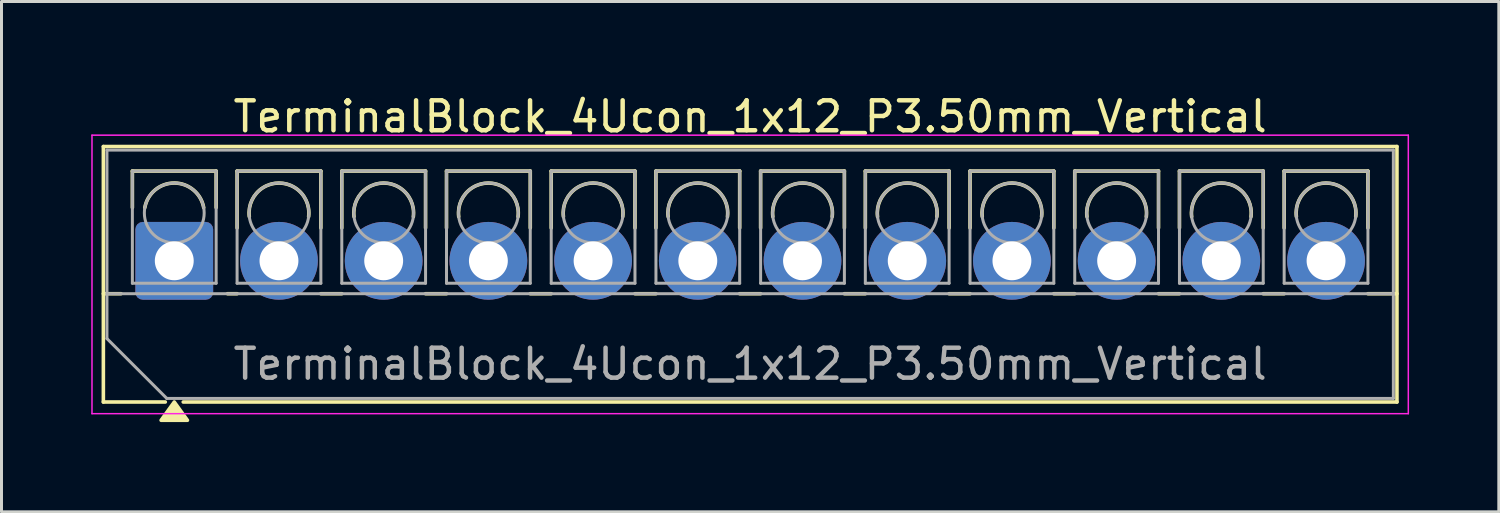
<source format=kicad_pcb>
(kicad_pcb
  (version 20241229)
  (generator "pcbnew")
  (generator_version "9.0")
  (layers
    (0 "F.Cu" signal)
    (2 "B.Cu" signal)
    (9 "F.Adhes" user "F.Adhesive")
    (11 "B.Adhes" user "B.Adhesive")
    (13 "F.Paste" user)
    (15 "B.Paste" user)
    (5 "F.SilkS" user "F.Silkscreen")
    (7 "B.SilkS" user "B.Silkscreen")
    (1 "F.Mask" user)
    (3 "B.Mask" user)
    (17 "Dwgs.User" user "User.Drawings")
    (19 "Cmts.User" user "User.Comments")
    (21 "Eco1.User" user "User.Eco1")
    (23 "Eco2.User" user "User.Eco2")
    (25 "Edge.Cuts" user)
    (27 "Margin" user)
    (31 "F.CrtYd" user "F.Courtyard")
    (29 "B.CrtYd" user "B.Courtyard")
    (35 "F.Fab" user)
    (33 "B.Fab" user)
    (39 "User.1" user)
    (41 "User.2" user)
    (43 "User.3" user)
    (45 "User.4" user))
  (footprint "TerminalBlock_4Ucon_1x12_P3.50mm_Vertical"
    (layer "F.Cu")
    (at 2.775 5.668)
    (property "Reference" "TerminalBlock_4Ucon_1x12_P3.50mm_Vertical" (at 19.25 -4.82 0) (layer "F.SilkS") (effects (font (size 1 1) (thickness 0.15))))
    (attr through_hole)
    (fp_line (start -2.37 -3.82) (end -2.37 4.72) (stroke (width 0.12) (type solid)) (layer "F.SilkS"))
    (fp_line (start -2.37 -3.82) (end 40.87 -3.82) (stroke (width 0.12) (type solid)) (layer "F.SilkS"))
    (fp_line (start -2.37 1.1) (end -1.78 1.1) (stroke (width 0.12) (type solid)) (layer "F.SilkS"))
    (fp_line (start -2.37 4.72) (end -0.3 4.72) (stroke (width 0.12) (type solid)) (layer "F.SilkS"))
    (fp_line (start -1.4 -3) (end -1.4 -1.78) (stroke (width 0.12) (type solid)) (layer "F.SilkS"))
    (fp_line (start -1.4 -3) (end 1.4 -3) (stroke (width 0.12) (type solid)) (layer "F.SilkS"))
    (fp_line (start 0.3 4.72) (end 40.87 4.72) (stroke (width 0.12) (type solid)) (layer "F.SilkS"))
    (fp_line (start 1.4 -3) (end 1.4 -1.78) (stroke (width 0.12) (type solid)) (layer "F.SilkS"))
    (fp_line (start 1.78 1.1) (end 2.101 1.1) (stroke (width 0.12) (type solid)) (layer "F.SilkS"))
    (fp_line (start 2.1 -3) (end 2.1 -1.099) (stroke (width 0.12) (type solid)) (layer "F.SilkS"))
    (fp_line (start 2.1 -3) (end 4.9 -3) (stroke (width 0.12) (type solid)) (layer "F.SilkS"))
    (fp_line (start 4.899 1.1) (end 5.601 1.1) (stroke (width 0.12) (type solid)) (layer "F.SilkS"))
    (fp_line (start 4.9 -3) (end 4.9 -1.099) (stroke (width 0.12) (type solid)) (layer "F.SilkS"))
    (fp_line (start 5.6 -3) (end 5.6 -1.099) (stroke (width 0.12) (type solid)) (layer "F.SilkS"))
    (fp_line (start 5.6 -3) (end 8.4 -3) (stroke (width 0.12) (type solid)) (layer "F.SilkS"))
    (fp_line (start 8.399 1.1) (end 9.101 1.1) (stroke (width 0.12) (type solid)) (layer "F.SilkS"))
    (fp_line (start 8.4 -3) (end 8.4 -1.099) (stroke (width 0.12) (type solid)) (layer "F.SilkS"))
    (fp_line (start 9.1 -3) (end 9.1 -1.099) (stroke (width 0.12) (type solid)) (layer "F.SilkS"))
    (fp_line (start 9.1 -3) (end 11.9 -3) (stroke (width 0.12) (type solid)) (layer "F.SilkS"))
    (fp_line (start 11.899 1.1) (end 12.601 1.1) (stroke (width 0.12) (type solid)) (layer "F.SilkS"))
    (fp_line (start 11.9 -3) (end 11.9 -1.099) (stroke (width 0.12) (type solid)) (layer "F.SilkS"))
    (fp_line (start 12.6 -3) (end 12.6 -1.099) (stroke (width 0.12) (type solid)) (layer "F.SilkS"))
    (fp_line (start 12.6 -3) (end 15.4 -3) (stroke (width 0.12) (type solid)) (layer "F.SilkS"))
    (fp_line (start 15.399 1.1) (end 16.101 1.1) (stroke (width 0.12) (type solid)) (layer "F.SilkS"))
    (fp_line (start 15.4 -3) (end 15.4 -1.099) (stroke (width 0.12) (type solid)) (layer "F.SilkS"))
    (fp_line (start 16.1 -3) (end 16.1 -1.099) (stroke (width 0.12) (type solid)) (layer "F.SilkS"))
    (fp_line (start 16.1 -3) (end 18.9 -3) (stroke (width 0.12) (type solid)) (layer "F.SilkS"))
    (fp_line (start 18.899 1.1) (end 19.601 1.1) (stroke (width 0.12) (type solid)) (layer "F.SilkS"))
    (fp_line (start 18.9 -3) (end 18.9 -1.099) (stroke (width 0.12) (type solid)) (layer "F.SilkS"))
    (fp_line (start 19.6 -3) (end 19.6 -1.099) (stroke (width 0.12) (type solid)) (layer "F.SilkS"))
    (fp_line (start 19.6 -3) (end 22.4 -3) (stroke (width 0.12) (type solid)) (layer "F.SilkS"))
    (fp_line (start 22.399 1.1) (end 23.101 1.1) (stroke (width 0.12) (type solid)) (layer "F.SilkS"))
    (fp_line (start 22.4 -3) (end 22.4 -1.099) (stroke (width 0.12) (type solid)) (layer "F.SilkS"))
    (fp_line (start 23.1 -3) (end 23.1 -1.099) (stroke (width 0.12) (type solid)) (layer "F.SilkS"))
    (fp_line (start 23.1 -3) (end 25.9 -3) (stroke (width 0.12) (type solid)) (layer "F.SilkS"))
    (fp_line (start 25.899 1.1) (end 26.601 1.1) (stroke (width 0.12) (type solid)) (layer "F.SilkS"))
    (fp_line (start 25.9 -3) (end 25.9 -1.099) (stroke (width 0.12) (type solid)) (layer "F.SilkS"))
    (fp_line (start 26.6 -3) (end 26.6 -1.099) (stroke (width 0.12) (type solid)) (layer "F.SilkS"))
    (fp_line (start 26.6 -3) (end 29.4 -3) (stroke (width 0.12) (type solid)) (layer "F.SilkS"))
    (fp_line (start 29.399 1.1) (end 30.101 1.1) (stroke (width 0.12) (type solid)) (layer "F.SilkS"))
    (fp_line (start 29.4 -3) (end 29.4 -1.099) (stroke (width 0.12) (type solid)) (layer "F.SilkS"))
    (fp_line (start 30.1 -3) (end 30.1 -1.099) (stroke (width 0.12) (type solid)) (layer "F.SilkS"))
    (fp_line (start 30.1 -3) (end 32.9 -3) (stroke (width 0.12) (type solid)) (layer "F.SilkS"))
    (fp_line (start 32.899 1.1) (end 33.601 1.1) (stroke (width 0.12) (type solid)) (layer "F.SilkS"))
    (fp_line (start 32.9 -3) (end 32.9 -1.099) (stroke (width 0.12) (type solid)) (layer "F.SilkS"))
    (fp_line (start 33.6 -3) (end 33.6 -1.099) (stroke (width 0.12) (type solid)) (layer "F.SilkS"))
    (fp_line (start 33.6 -3) (end 36.4 -3) (stroke (width 0.12) (type solid)) (layer "F.SilkS"))
    (fp_line (start 36.399 1.1) (end 37.101 1.1) (stroke (width 0.12) (type solid)) (layer "F.SilkS"))
    (fp_line (start 36.4 -3) (end 36.4 -1.099) (stroke (width 0.12) (type solid)) (layer "F.SilkS"))
    (fp_line (start 37.1 -3) (end 37.1 -1.099) (stroke (width 0.12) (type solid)) (layer "F.SilkS"))
    (fp_line (start 37.1 -3) (end 39.9 -3) (stroke (width 0.12) (type solid)) (layer "F.SilkS"))
    (fp_line (start 39.899 1.1) (end 40.87 1.1) (stroke (width 0.12) (type solid)) (layer "F.SilkS"))
    (fp_line (start 39.9 -3) (end 39.9 -1.099) (stroke (width 0.12) (type solid)) (layer "F.SilkS"))
    (fp_line (start 40.87 -3.82) (end 40.87 4.72) (stroke (width 0.12) (type solid)) (layer "F.SilkS"))
    (fp_arc (start -0.984 -1.78) (mid -0.00006 -2.600328) (end 0.983978 -1.780118) (stroke (width 0.12) (type solid)) (layer "F.SilkS"))
    (fp_arc (start 2.508 -1.478) (mid 3.500313 -2.599474) (end 4.491923 -1.477379) (stroke (width 0.12) (type solid)) (layer "F.SilkS"))
    (fp_arc (start 6.008 -1.478) (mid 7.000313 -2.599474) (end 7.991923 -1.477379) (stroke (width 0.12) (type solid)) (layer "F.SilkS"))
    (fp_arc (start 9.508 -1.478) (mid 10.500313 -2.599474) (end 11.491923 -1.477379) (stroke (width 0.12) (type solid)) (layer "F.SilkS"))
    (fp_arc (start 13.008 -1.478) (mid 14.000313 -2.599474) (end 14.991923 -1.477379) (stroke (width 0.12) (type solid)) (layer "F.SilkS"))
    (fp_arc (start 16.508 -1.478) (mid 17.500313 -2.599474) (end 18.491923 -1.477379) (stroke (width 0.12) (type solid)) (layer "F.SilkS"))
    (fp_arc (start 20.008 -1.478) (mid 21.000313 -2.599474) (end 21.991923 -1.477379) (stroke (width 0.12) (type solid)) (layer "F.SilkS"))
    (fp_arc (start 23.508 -1.478) (mid 24.500313 -2.599474) (end 25.491923 -1.477379) (stroke (width 0.12) (type solid)) (layer "F.SilkS"))
    (fp_arc (start 27.008 -1.478) (mid 28.000313 -2.599474) (end 28.991923 -1.477379) (stroke (width 0.12) (type solid)) (layer "F.SilkS"))
    (fp_arc (start 30.508 -1.478) (mid 31.500313 -2.599474) (end 32.491923 -1.477379) (stroke (width 0.12) (type solid)) (layer "F.SilkS"))
    (fp_arc (start 34.008 -1.478) (mid 35.000313 -2.599474) (end 35.991923 -1.477379) (stroke (width 0.12) (type solid)) (layer "F.SilkS"))
    (fp_arc (start 37.508 -1.478) (mid 38.500313 -2.599474) (end 39.491923 -1.477379) (stroke (width 0.12) (type solid)) (layer "F.SilkS"))
    (fp_poly (pts (xy 0 4.72) (xy 0.44 5.33) (xy -0.44 5.33)) (stroke (width 0.12) (type solid)) (fill yes) (layer "F.SilkS"))
    (fp_line (start -2.75 -4.2) (end -2.75 5.11) (stroke (width 0.05) (type solid)) (layer "F.CrtYd"))
    (fp_line (start -2.75 5.11) (end 41.25 5.11) (stroke (width 0.05) (type solid)) (layer "F.CrtYd"))
    (fp_line (start 41.25 -4.2) (end -2.75 -4.2) (stroke (width 0.05) (type solid)) (layer "F.CrtYd"))
    (fp_line (start 41.25 5.11) (end 41.25 -4.2) (stroke (width 0.05) (type solid)) (layer "F.CrtYd"))
    (fp_line (start -2.25 -3.7) (end 40.75 -3.7) (stroke (width 0.1) (type solid)) (layer "F.Fab"))
    (fp_line (start -2.25 1.1) (end 40.75 1.1) (stroke (width 0.1) (type solid)) (layer "F.Fab"))
    (fp_line (start -2.25 2.6) (end -2.25 -3.7) (stroke (width 0.1) (type solid)) (layer "F.Fab"))
    (fp_line (start -1.4 -3) (end -1.4 0.75) (stroke (width 0.1) (type solid)) (layer "F.Fab"))
    (fp_line (start -1.4 0.75) (end 1.4 0.75) (stroke (width 0.1) (type solid)) (layer "F.Fab"))
    (fp_line (start -0.25 4.6) (end -2.25 2.6) (stroke (width 0.1) (type solid)) (layer "F.Fab"))
    (fp_line (start 1.4 -3) (end -1.4 -3) (stroke (width 0.1) (type solid)) (layer "F.Fab"))
    (fp_line (start 1.4 0.75) (end 1.4 -3) (stroke (width 0.1) (type solid)) (layer "F.Fab"))
    (fp_line (start 2.1 -3) (end 2.1 0.75) (stroke (width 0.1) (type solid)) (layer "F.Fab"))
    (fp_line (start 2.1 0.75) (end 4.9 0.75) (stroke (width 0.1) (type solid)) (layer "F.Fab"))
    (fp_line (start 4.9 -3) (end 2.1 -3) (stroke (width 0.1) (type solid)) (layer "F.Fab"))
    (fp_line (start 4.9 0.75) (end 4.9 -3) (stroke (width 0.1) (type solid)) (layer "F.Fab"))
    (fp_line (start 5.6 -3) (end 5.6 0.75) (stroke (width 0.1) (type solid)) (layer "F.Fab"))
    (fp_line (start 5.6 0.75) (end 8.4 0.75) (stroke (width 0.1) (type solid)) (layer "F.Fab"))
    (fp_line (start 8.4 -3) (end 5.6 -3) (stroke (width 0.1) (type solid)) (layer "F.Fab"))
    (fp_line (start 8.4 0.75) (end 8.4 -3) (stroke (width 0.1) (type solid)) (layer "F.Fab"))
    (fp_line (start 9.1 -3) (end 9.1 0.75) (stroke (width 0.1) (type solid)) (layer "F.Fab"))
    (fp_line (start 9.1 0.75) (end 11.9 0.75) (stroke (width 0.1) (type solid)) (layer "F.Fab"))
    (fp_line (start 11.9 -3) (end 9.1 -3) (stroke (width 0.1) (type solid)) (layer "F.Fab"))
    (fp_line (start 11.9 0.75) (end 11.9 -3) (stroke (width 0.1) (type solid)) (layer "F.Fab"))
    (fp_line (start 12.6 -3) (end 12.6 0.75) (stroke (width 0.1) (type solid)) (layer "F.Fab"))
    (fp_line (start 12.6 0.75) (end 15.4 0.75) (stroke (width 0.1) (type solid)) (layer "F.Fab"))
    (fp_line (start 15.4 -3) (end 12.6 -3) (stroke (width 0.1) (type solid)) (layer "F.Fab"))
    (fp_line (start 15.4 0.75) (end 15.4 -3) (stroke (width 0.1) (type solid)) (layer "F.Fab"))
    (fp_line (start 16.101 -3) (end 16.101 0.75) (stroke (width 0.1) (type solid)) (layer "F.Fab"))
    (fp_line (start 16.101 0.75) (end 18.9 0.75) (stroke (width 0.1) (type solid)) (layer "F.Fab"))
    (fp_line (start 18.9 -3) (end 16.101 -3) (stroke (width 0.1) (type solid)) (layer "F.Fab"))
    (fp_line (start 18.9 0.75) (end 18.9 -3) (stroke (width 0.1) (type solid)) (layer "F.Fab"))
    (fp_line (start 19.6 -3) (end 19.6 0.75) (stroke (width 0.1) (type solid)) (layer "F.Fab"))
    (fp_line (start 19.6 0.75) (end 22.4 0.75) (stroke (width 0.1) (type solid)) (layer "F.Fab"))
    (fp_line (start 22.4 -3) (end 19.6 -3) (stroke (width 0.1) (type solid)) (layer "F.Fab"))
    (fp_line (start 22.4 0.75) (end 22.4 -3) (stroke (width 0.1) (type solid)) (layer "F.Fab"))
    (fp_line (start 23.1 -3) (end 23.1 0.75) (stroke (width 0.1) (type solid)) (layer "F.Fab"))
    (fp_line (start 23.1 0.75) (end 25.9 0.75) (stroke (width 0.1) (type solid)) (layer "F.Fab"))
    (fp_line (start 25.9 -3) (end 23.1 -3) (stroke (width 0.1) (type solid)) (layer "F.Fab"))
    (fp_line (start 25.9 0.75) (end 25.9 -3) (stroke (width 0.1) (type solid)) (layer "F.Fab"))
    (fp_line (start 26.6 -3) (end 26.6 0.75) (stroke (width 0.1) (type solid)) (layer "F.Fab"))
    (fp_line (start 26.6 0.75) (end 29.4 0.75) (stroke (width 0.1) (type solid)) (layer "F.Fab"))
    (fp_line (start 29.4 -3) (end 26.6 -3) (stroke (width 0.1) (type solid)) (layer "F.Fab"))
    (fp_line (start 29.4 0.75) (end 29.4 -3) (stroke (width 0.1) (type solid)) (layer "F.Fab"))
    (fp_line (start 30.1 -3) (end 30.1 0.75) (stroke (width 0.1) (type solid)) (layer "F.Fab"))
    (fp_line (start 30.1 0.75) (end 32.9 0.75) (stroke (width 0.1) (type solid)) (layer "F.Fab"))
    (fp_line (start 32.9 -3) (end 30.1 -3) (stroke (width 0.1) (type solid)) (layer "F.Fab"))
    (fp_line (start 32.9 0.75) (end 32.9 -3) (stroke (width 0.1) (type solid)) (layer "F.Fab"))
    (fp_line (start 33.6 -3) (end 33.6 0.75) (stroke (width 0.1) (type solid)) (layer "F.Fab"))
    (fp_line (start 33.6 0.75) (end 36.4 0.75) (stroke (width 0.1) (type solid)) (layer "F.Fab"))
    (fp_line (start 36.4 -3) (end 33.6 -3) (stroke (width 0.1) (type solid)) (layer "F.Fab"))
    (fp_line (start 36.4 0.75) (end 36.4 -3) (stroke (width 0.1) (type solid)) (layer "F.Fab"))
    (fp_line (start 37.1 -3) (end 37.1 0.75) (stroke (width 0.1) (type solid)) (layer "F.Fab"))
    (fp_line (start 37.1 0.75) (end 39.9 0.75) (stroke (width 0.1) (type solid)) (layer "F.Fab"))
    (fp_line (start 39.9 -3) (end 37.1 -3) (stroke (width 0.1) (type solid)) (layer "F.Fab"))
    (fp_line (start 39.9 0.75) (end 39.9 -3) (stroke (width 0.1) (type solid)) (layer "F.Fab"))
    (fp_line (start 40.75 -3.7) (end 40.75 4.6) (stroke (width 0.1) (type solid)) (layer "F.Fab"))
    (fp_line (start 40.75 4.6) (end -0.25 4.6) (stroke (width 0.1) (type solid)) (layer "F.Fab"))
    (fp_circle (center 0 -1.6) (end 1 -1.6) (stroke (width 0.1) (type solid)) (fill no) (layer "F.Fab"))
    (fp_circle (center 3.5 -1.6) (end 4.5 -1.6) (stroke (width 0.1) (type solid)) (fill no) (layer "F.Fab"))
    (fp_circle (center 7 -1.6) (end 8 -1.6) (stroke (width 0.1) (type solid)) (fill no) (layer "F.Fab"))
    (fp_circle (center 10.5 -1.6) (end 11.5 -1.6) (stroke (width 0.1) (type solid)) (fill no) (layer "F.Fab"))
    (fp_circle (center 14 -1.6) (end 15 -1.6) (stroke (width 0.1) (type solid)) (fill no) (layer "F.Fab"))
    (fp_circle (center 17.5 -1.6) (end 18.5 -1.6) (stroke (width 0.1) (type solid)) (fill no) (layer "F.Fab"))
    (fp_circle (center 21 -1.6) (end 22 -1.6) (stroke (width 0.1) (type solid)) (fill no) (layer "F.Fab"))
    (fp_circle (center 24.5 -1.6) (end 25.5 -1.6) (stroke (width 0.1) (type solid)) (fill no) (layer "F.Fab"))
    (fp_circle (center 28 -1.6) (end 29 -1.6) (stroke (width 0.1) (type solid)) (fill no) (layer "F.Fab"))
    (fp_circle (center 31.5 -1.6) (end 32.5 -1.6) (stroke (width 0.1) (type solid)) (fill no) (layer "F.Fab"))
    (fp_circle (center 35 -1.6) (end 36 -1.6) (stroke (width 0.1) (type solid)) (fill no) (layer "F.Fab"))
    (fp_circle (center 38.5 -1.6) (end 39.5 -1.6) (stroke (width 0.1) (type solid)) (fill no) (layer "F.Fab"))
    (fp_text user "${REFERENCE}" (at 19.25 3.45 0) (layer "F.Fab") (effects (font (size 1 1) (thickness 0.15))))
    (pad "1" thru_hole roundrect (at 0 0) (size 2.6 2.6) (drill 1.3) (layers "*.Cu" "*.Mask") (roundrect_rratio 0.096))
    (pad "2" thru_hole circle (at 3.5 0) (size 2.6 2.6) (drill 1.3) (layers "*.Cu" "*.Mask"))
    (pad "3" thru_hole circle (at 7 0) (size 2.6 2.6) (drill 1.3) (layers "*.Cu" "*.Mask"))
    (pad "4" thru_hole circle (at 10.5 0) (size 2.6 2.6) (drill 1.3) (layers "*.Cu" "*.Mask"))
    (pad "5" thru_hole circle (at 14 0) (size 2.6 2.6) (drill 1.3) (layers "*.Cu" "*.Mask"))
    (pad "6" thru_hole circle (at 17.5 0) (size 2.6 2.6) (drill 1.3) (layers "*.Cu" "*.Mask"))
    (pad "7" thru_hole circle (at 21 0) (size 2.6 2.6) (drill 1.3) (layers "*.Cu" "*.Mask"))
    (pad "8" thru_hole circle (at 24.5 0) (size 2.6 2.6) (drill 1.3) (layers "*.Cu" "*.Mask"))
    (pad "9" thru_hole circle (at 28 0) (size 2.6 2.6) (drill 1.3) (layers "*.Cu" "*.Mask"))
    (pad "10" thru_hole circle (at 31.5 0) (size 2.6 2.6) (drill 1.3) (layers "*.Cu" "*.Mask"))
    (pad "11" thru_hole circle (at 35 0) (size 2.6 2.6) (drill 1.3) (layers "*.Cu" "*.Mask"))
    (pad "12" thru_hole circle (at 38.5 0) (size 2.6 2.6) (drill 1.3) (layers "*.Cu" "*.Mask")))
  (gr_rect
    (start -3 -3)
    (end 47.05 14.058)
    (stroke (width 0.1) (type default))
    (fill no)
    (layer "Edge.Cuts")))
</source>
